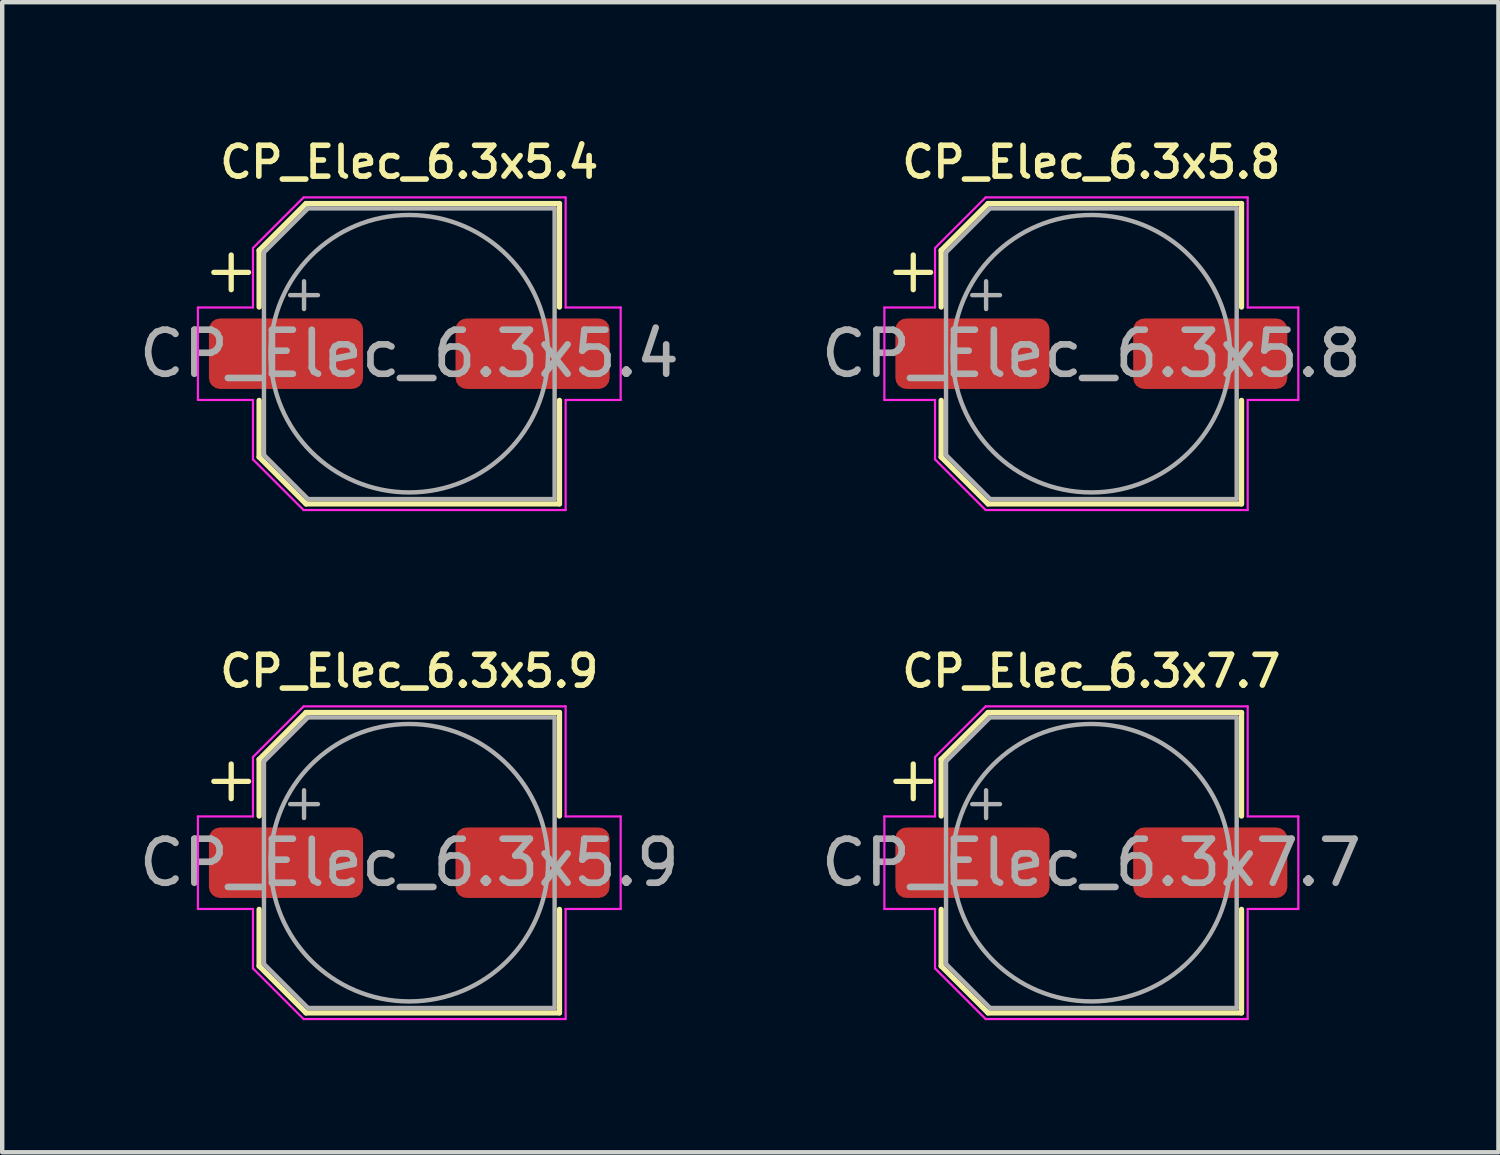
<source format=kicad_pcb>
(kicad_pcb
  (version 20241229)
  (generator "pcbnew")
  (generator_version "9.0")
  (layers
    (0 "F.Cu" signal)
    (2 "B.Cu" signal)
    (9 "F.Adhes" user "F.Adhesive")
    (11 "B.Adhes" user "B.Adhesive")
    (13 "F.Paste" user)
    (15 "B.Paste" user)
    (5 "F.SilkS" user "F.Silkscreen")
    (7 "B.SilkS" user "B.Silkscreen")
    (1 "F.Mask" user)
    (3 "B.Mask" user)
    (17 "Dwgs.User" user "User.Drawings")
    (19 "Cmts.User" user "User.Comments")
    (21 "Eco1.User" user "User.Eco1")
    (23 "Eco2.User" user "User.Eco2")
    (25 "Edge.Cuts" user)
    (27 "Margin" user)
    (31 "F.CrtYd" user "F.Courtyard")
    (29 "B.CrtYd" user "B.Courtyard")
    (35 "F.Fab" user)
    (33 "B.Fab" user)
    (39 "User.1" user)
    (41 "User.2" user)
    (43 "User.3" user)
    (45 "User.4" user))
  (footprint "CP_Elec_6.3x7.7"
    (layer "F.Cu")
    (at 21.732 16.54)
    (property "Reference" "CP_Elec_6.3x7.7" (at 0 -4.35 0) (layer "F.SilkS") (effects (font (size 0.7 0.7) (thickness 0.127))))
    (attr smd)
    (fp_line (start -4.438 -1.847) (end -3.65 -1.847) (stroke (width 0.12) (type solid)) (layer "F.SilkS"))
    (fp_line (start -4.044 -2.241) (end -4.044 -1.454) (stroke (width 0.12) (type solid)) (layer "F.SilkS"))
    (fp_line (start -3.41 -2.346) (end -3.41 -1.06) (stroke (width 0.12) (type solid)) (layer "F.SilkS"))
    (fp_line (start -3.41 -2.346) (end -2.346 -3.41) (stroke (width 0.12) (type solid)) (layer "F.SilkS"))
    (fp_line (start -3.41 2.346) (end -3.41 1.06) (stroke (width 0.12) (type solid)) (layer "F.SilkS"))
    (fp_line (start -3.41 2.346) (end -2.346 3.41) (stroke (width 0.12) (type solid)) (layer "F.SilkS"))
    (fp_line (start -2.346 -3.41) (end 3.41 -3.41) (stroke (width 0.12) (type solid)) (layer "F.SilkS"))
    (fp_line (start -2.346 3.41) (end 3.41 3.41) (stroke (width 0.12) (type solid)) (layer "F.SilkS"))
    (fp_line (start 3.41 -3.41) (end 3.41 -1.06) (stroke (width 0.12) (type solid)) (layer "F.SilkS"))
    (fp_line (start 3.41 3.41) (end 3.41 1.06) (stroke (width 0.12) (type solid)) (layer "F.SilkS"))
    (fp_line (start -4.7 -1.05) (end -4.7 1.05) (stroke (width 0.05) (type solid)) (layer "F.CrtYd"))
    (fp_line (start -4.7 1.05) (end -3.55 1.05) (stroke (width 0.05) (type solid)) (layer "F.CrtYd"))
    (fp_line (start -3.55 -2.4) (end -3.55 -1.05) (stroke (width 0.05) (type solid)) (layer "F.CrtYd"))
    (fp_line (start -3.55 -2.4) (end -2.4 -3.55) (stroke (width 0.05) (type solid)) (layer "F.CrtYd"))
    (fp_line (start -3.55 -1.05) (end -4.7 -1.05) (stroke (width 0.05) (type solid)) (layer "F.CrtYd"))
    (fp_line (start -3.55 1.05) (end -3.55 2.4) (stroke (width 0.05) (type solid)) (layer "F.CrtYd"))
    (fp_line (start -3.55 2.4) (end -2.4 3.55) (stroke (width 0.05) (type solid)) (layer "F.CrtYd"))
    (fp_line (start -2.4 -3.55) (end 3.55 -3.55) (stroke (width 0.05) (type solid)) (layer "F.CrtYd"))
    (fp_line (start -2.4 3.55) (end 3.55 3.55) (stroke (width 0.05) (type solid)) (layer "F.CrtYd"))
    (fp_line (start 3.55 -3.55) (end 3.55 -1.05) (stroke (width 0.05) (type solid)) (layer "F.CrtYd"))
    (fp_line (start 3.55 -1.05) (end 4.7 -1.05) (stroke (width 0.05) (type solid)) (layer "F.CrtYd"))
    (fp_line (start 3.55 1.05) (end 3.55 3.55) (stroke (width 0.05) (type solid)) (layer "F.CrtYd"))
    (fp_line (start 4.7 -1.05) (end 4.7 1.05) (stroke (width 0.05) (type solid)) (layer "F.CrtYd"))
    (fp_line (start 4.7 1.05) (end 3.55 1.05) (stroke (width 0.05) (type solid)) (layer "F.CrtYd"))
    (fp_line (start -3.3 -2.3) (end -3.3 2.3) (stroke (width 0.1) (type solid)) (layer "F.Fab"))
    (fp_line (start -3.3 -2.3) (end -2.3 -3.3) (stroke (width 0.1) (type solid)) (layer "F.Fab"))
    (fp_line (start -3.3 2.3) (end -2.3 3.3) (stroke (width 0.1) (type solid)) (layer "F.Fab"))
    (fp_line (start -2.705 -1.33) (end -2.075 -1.33) (stroke (width 0.1) (type solid)) (layer "F.Fab"))
    (fp_line (start -2.39 -1.645) (end -2.39 -1.015) (stroke (width 0.1) (type solid)) (layer "F.Fab"))
    (fp_line (start -2.3 -3.3) (end 3.3 -3.3) (stroke (width 0.1) (type solid)) (layer "F.Fab"))
    (fp_line (start -2.3 3.3) (end 3.3 3.3) (stroke (width 0.1) (type solid)) (layer "F.Fab"))
    (fp_line (start 3.3 -3.3) (end 3.3 3.3) (stroke (width 0.1) (type solid)) (layer "F.Fab"))
    (fp_circle (center 0 0) (end 3.15 0) (stroke (width 0.1) (type solid)) (fill no) (layer "F.Fab"))
    (fp_text user "${REFERENCE}" (at 0 0 0) (layer "F.Fab") (effects (font (size 1 1) (thickness 0.15))))
    (pad "1" smd roundrect (at -2.7 0) (size 3.5 1.6) (layers "F.Cu" "F.Mask" "F.Paste") (roundrect_rratio 0.156))
    (pad "2" smd roundrect (at 2.7 0) (size 3.5 1.6) (layers "F.Cu" "F.Mask" "F.Paste") (roundrect_rratio 0.156)))
  (footprint "CP_Elec_6.3x5.8"
    (layer "F.Cu")
    (at 21.732 4.982)
    (property "Reference" "CP_Elec_6.3x5.8" (at 0 -4.35 0) (layer "F.SilkS") (effects (font (size 0.7 0.7) (thickness 0.127))))
    (attr smd)
    (fp_line (start -4.438 -1.847) (end -3.65 -1.847) (stroke (width 0.12) (type solid)) (layer "F.SilkS"))
    (fp_line (start -4.044 -2.241) (end -4.044 -1.454) (stroke (width 0.12) (type solid)) (layer "F.SilkS"))
    (fp_line (start -3.41 -2.346) (end -3.41 -1.06) (stroke (width 0.12) (type solid)) (layer "F.SilkS"))
    (fp_line (start -3.41 -2.346) (end -2.346 -3.41) (stroke (width 0.12) (type solid)) (layer "F.SilkS"))
    (fp_line (start -3.41 2.346) (end -3.41 1.06) (stroke (width 0.12) (type solid)) (layer "F.SilkS"))
    (fp_line (start -3.41 2.346) (end -2.346 3.41) (stroke (width 0.12) (type solid)) (layer "F.SilkS"))
    (fp_line (start -2.346 -3.41) (end 3.41 -3.41) (stroke (width 0.12) (type solid)) (layer "F.SilkS"))
    (fp_line (start -2.346 3.41) (end 3.41 3.41) (stroke (width 0.12) (type solid)) (layer "F.SilkS"))
    (fp_line (start 3.41 -3.41) (end 3.41 -1.06) (stroke (width 0.12) (type solid)) (layer "F.SilkS"))
    (fp_line (start 3.41 3.41) (end 3.41 1.06) (stroke (width 0.12) (type solid)) (layer "F.SilkS"))
    (fp_line (start -4.7 -1.05) (end -4.7 1.05) (stroke (width 0.05) (type solid)) (layer "F.CrtYd"))
    (fp_line (start -4.7 1.05) (end -3.55 1.05) (stroke (width 0.05) (type solid)) (layer "F.CrtYd"))
    (fp_line (start -3.55 -2.4) (end -3.55 -1.05) (stroke (width 0.05) (type solid)) (layer "F.CrtYd"))
    (fp_line (start -3.55 -2.4) (end -2.4 -3.55) (stroke (width 0.05) (type solid)) (layer "F.CrtYd"))
    (fp_line (start -3.55 -1.05) (end -4.7 -1.05) (stroke (width 0.05) (type solid)) (layer "F.CrtYd"))
    (fp_line (start -3.55 1.05) (end -3.55 2.4) (stroke (width 0.05) (type solid)) (layer "F.CrtYd"))
    (fp_line (start -3.55 2.4) (end -2.4 3.55) (stroke (width 0.05) (type solid)) (layer "F.CrtYd"))
    (fp_line (start -2.4 -3.55) (end 3.55 -3.55) (stroke (width 0.05) (type solid)) (layer "F.CrtYd"))
    (fp_line (start -2.4 3.55) (end 3.55 3.55) (stroke (width 0.05) (type solid)) (layer "F.CrtYd"))
    (fp_line (start 3.55 -3.55) (end 3.55 -1.05) (stroke (width 0.05) (type solid)) (layer "F.CrtYd"))
    (fp_line (start 3.55 -1.05) (end 4.7 -1.05) (stroke (width 0.05) (type solid)) (layer "F.CrtYd"))
    (fp_line (start 3.55 1.05) (end 3.55 3.55) (stroke (width 0.05) (type solid)) (layer "F.CrtYd"))
    (fp_line (start 4.7 -1.05) (end 4.7 1.05) (stroke (width 0.05) (type solid)) (layer "F.CrtYd"))
    (fp_line (start 4.7 1.05) (end 3.55 1.05) (stroke (width 0.05) (type solid)) (layer "F.CrtYd"))
    (fp_line (start -3.3 -2.3) (end -3.3 2.3) (stroke (width 0.1) (type solid)) (layer "F.Fab"))
    (fp_line (start -3.3 -2.3) (end -2.3 -3.3) (stroke (width 0.1) (type solid)) (layer "F.Fab"))
    (fp_line (start -3.3 2.3) (end -2.3 3.3) (stroke (width 0.1) (type solid)) (layer "F.Fab"))
    (fp_line (start -2.705 -1.33) (end -2.075 -1.33) (stroke (width 0.1) (type solid)) (layer "F.Fab"))
    (fp_line (start -2.39 -1.645) (end -2.39 -1.015) (stroke (width 0.1) (type solid)) (layer "F.Fab"))
    (fp_line (start -2.3 -3.3) (end 3.3 -3.3) (stroke (width 0.1) (type solid)) (layer "F.Fab"))
    (fp_line (start -2.3 3.3) (end 3.3 3.3) (stroke (width 0.1) (type solid)) (layer "F.Fab"))
    (fp_line (start 3.3 -3.3) (end 3.3 3.3) (stroke (width 0.1) (type solid)) (layer "F.Fab"))
    (fp_circle (center 0 0) (end 3.15 0) (stroke (width 0.1) (type solid)) (fill no) (layer "F.Fab"))
    (fp_text user "${REFERENCE}" (at 0 0 0) (layer "F.Fab") (effects (font (size 1 1) (thickness 0.15))))
    (pad "1" smd roundrect (at -2.7 0) (size 3.5 1.6) (layers "F.Cu" "F.Mask" "F.Paste") (roundrect_rratio 0.156))
    (pad "2" smd roundrect (at 2.7 0) (size 3.5 1.6) (layers "F.Cu" "F.Mask" "F.Paste") (roundrect_rratio 0.156)))
  (footprint "CP_Elec_6.3x5.9"
    (layer "F.Cu")
    (at 6.244 16.54)
    (property "Reference" "CP_Elec_6.3x5.9" (at 0 -4.35 0) (layer "F.SilkS") (effects (font (size 0.7 0.7) (thickness 0.127))))
    (attr smd)
    (fp_line (start -4.438 -1.847) (end -3.65 -1.847) (stroke (width 0.12) (type solid)) (layer "F.SilkS"))
    (fp_line (start -4.044 -2.241) (end -4.044 -1.454) (stroke (width 0.12) (type solid)) (layer "F.SilkS"))
    (fp_line (start -3.41 -2.346) (end -3.41 -1.06) (stroke (width 0.12) (type solid)) (layer "F.SilkS"))
    (fp_line (start -3.41 -2.346) (end -2.346 -3.41) (stroke (width 0.12) (type solid)) (layer "F.SilkS"))
    (fp_line (start -3.41 2.346) (end -3.41 1.06) (stroke (width 0.12) (type solid)) (layer "F.SilkS"))
    (fp_line (start -3.41 2.346) (end -2.346 3.41) (stroke (width 0.12) (type solid)) (layer "F.SilkS"))
    (fp_line (start -2.346 -3.41) (end 3.41 -3.41) (stroke (width 0.12) (type solid)) (layer "F.SilkS"))
    (fp_line (start -2.346 3.41) (end 3.41 3.41) (stroke (width 0.12) (type solid)) (layer "F.SilkS"))
    (fp_line (start 3.41 -3.41) (end 3.41 -1.06) (stroke (width 0.12) (type solid)) (layer "F.SilkS"))
    (fp_line (start 3.41 3.41) (end 3.41 1.06) (stroke (width 0.12) (type solid)) (layer "F.SilkS"))
    (fp_line (start -4.8 -1.05) (end -4.8 1.05) (stroke (width 0.05) (type solid)) (layer "F.CrtYd"))
    (fp_line (start -4.8 1.05) (end -3.55 1.05) (stroke (width 0.05) (type solid)) (layer "F.CrtYd"))
    (fp_line (start -3.55 -2.4) (end -3.55 -1.05) (stroke (width 0.05) (type solid)) (layer "F.CrtYd"))
    (fp_line (start -3.55 -2.4) (end -2.4 -3.55) (stroke (width 0.05) (type solid)) (layer "F.CrtYd"))
    (fp_line (start -3.55 -1.05) (end -4.8 -1.05) (stroke (width 0.05) (type solid)) (layer "F.CrtYd"))
    (fp_line (start -3.55 1.05) (end -3.55 2.4) (stroke (width 0.05) (type solid)) (layer "F.CrtYd"))
    (fp_line (start -3.55 2.4) (end -2.4 3.55) (stroke (width 0.05) (type solid)) (layer "F.CrtYd"))
    (fp_line (start -2.4 -3.55) (end 3.55 -3.55) (stroke (width 0.05) (type solid)) (layer "F.CrtYd"))
    (fp_line (start -2.4 3.55) (end 3.55 3.55) (stroke (width 0.05) (type solid)) (layer "F.CrtYd"))
    (fp_line (start 3.55 -3.55) (end 3.55 -1.05) (stroke (width 0.05) (type solid)) (layer "F.CrtYd"))
    (fp_line (start 3.55 -1.05) (end 4.8 -1.05) (stroke (width 0.05) (type solid)) (layer "F.CrtYd"))
    (fp_line (start 3.55 1.05) (end 3.55 3.55) (stroke (width 0.05) (type solid)) (layer "F.CrtYd"))
    (fp_line (start 4.8 -1.05) (end 4.8 1.05) (stroke (width 0.05) (type solid)) (layer "F.CrtYd"))
    (fp_line (start 4.8 1.05) (end 3.55 1.05) (stroke (width 0.05) (type solid)) (layer "F.CrtYd"))
    (fp_line (start -3.3 -2.3) (end -3.3 2.3) (stroke (width 0.1) (type solid)) (layer "F.Fab"))
    (fp_line (start -3.3 -2.3) (end -2.3 -3.3) (stroke (width 0.1) (type solid)) (layer "F.Fab"))
    (fp_line (start -3.3 2.3) (end -2.3 3.3) (stroke (width 0.1) (type solid)) (layer "F.Fab"))
    (fp_line (start -2.705 -1.33) (end -2.075 -1.33) (stroke (width 0.1) (type solid)) (layer "F.Fab"))
    (fp_line (start -2.39 -1.645) (end -2.39 -1.015) (stroke (width 0.1) (type solid)) (layer "F.Fab"))
    (fp_line (start -2.3 -3.3) (end 3.3 -3.3) (stroke (width 0.1) (type solid)) (layer "F.Fab"))
    (fp_line (start -2.3 3.3) (end 3.3 3.3) (stroke (width 0.1) (type solid)) (layer "F.Fab"))
    (fp_line (start 3.3 -3.3) (end 3.3 3.3) (stroke (width 0.1) (type solid)) (layer "F.Fab"))
    (fp_circle (center 0 0) (end 3.15 0) (stroke (width 0.1) (type solid)) (fill no) (layer "F.Fab"))
    (fp_text user "${REFERENCE}" (at 0 0 0) (layer "F.Fab") (effects (font (size 1 1) (thickness 0.15))))
    (pad "1" smd roundrect (at -2.8 0) (size 3.5 1.6) (layers "F.Cu" "F.Mask" "F.Paste") (roundrect_rratio 0.156))
    (pad "2" smd roundrect (at 2.8 0) (size 3.5 1.6) (layers "F.Cu" "F.Mask" "F.Paste") (roundrect_rratio 0.156)))
  (footprint "CP_Elec_6.3x5.4"
    (layer "F.Cu")
    (at 6.244 4.982)
    (property "Reference" "CP_Elec_6.3x5.4" (at 0 -4.35 0) (layer "F.SilkS") (effects (font (size 0.7 0.7) (thickness 0.127))))
    (attr smd)
    (fp_line (start -4.438 -1.847) (end -3.65 -1.847) (stroke (width 0.12) (type solid)) (layer "F.SilkS"))
    (fp_line (start -4.044 -2.241) (end -4.044 -1.454) (stroke (width 0.12) (type solid)) (layer "F.SilkS"))
    (fp_line (start -3.41 -2.346) (end -3.41 -1.06) (stroke (width 0.12) (type solid)) (layer "F.SilkS"))
    (fp_line (start -3.41 -2.346) (end -2.346 -3.41) (stroke (width 0.12) (type solid)) (layer "F.SilkS"))
    (fp_line (start -3.41 2.346) (end -3.41 1.06) (stroke (width 0.12) (type solid)) (layer "F.SilkS"))
    (fp_line (start -3.41 2.346) (end -2.346 3.41) (stroke (width 0.12) (type solid)) (layer "F.SilkS"))
    (fp_line (start -2.346 -3.41) (end 3.41 -3.41) (stroke (width 0.12) (type solid)) (layer "F.SilkS"))
    (fp_line (start -2.346 3.41) (end 3.41 3.41) (stroke (width 0.12) (type solid)) (layer "F.SilkS"))
    (fp_line (start 3.41 -3.41) (end 3.41 -1.06) (stroke (width 0.12) (type solid)) (layer "F.SilkS"))
    (fp_line (start 3.41 3.41) (end 3.41 1.06) (stroke (width 0.12) (type solid)) (layer "F.SilkS"))
    (fp_line (start -4.8 -1.05) (end -4.8 1.05) (stroke (width 0.05) (type solid)) (layer "F.CrtYd"))
    (fp_line (start -4.8 1.05) (end -3.55 1.05) (stroke (width 0.05) (type solid)) (layer "F.CrtYd"))
    (fp_line (start -3.55 -2.4) (end -3.55 -1.05) (stroke (width 0.05) (type solid)) (layer "F.CrtYd"))
    (fp_line (start -3.55 -2.4) (end -2.4 -3.55) (stroke (width 0.05) (type solid)) (layer "F.CrtYd"))
    (fp_line (start -3.55 -1.05) (end -4.8 -1.05) (stroke (width 0.05) (type solid)) (layer "F.CrtYd"))
    (fp_line (start -3.55 1.05) (end -3.55 2.4) (stroke (width 0.05) (type solid)) (layer "F.CrtYd"))
    (fp_line (start -3.55 2.4) (end -2.4 3.55) (stroke (width 0.05) (type solid)) (layer "F.CrtYd"))
    (fp_line (start -2.4 -3.55) (end 3.55 -3.55) (stroke (width 0.05) (type solid)) (layer "F.CrtYd"))
    (fp_line (start -2.4 3.55) (end 3.55 3.55) (stroke (width 0.05) (type solid)) (layer "F.CrtYd"))
    (fp_line (start 3.55 -3.55) (end 3.55 -1.05) (stroke (width 0.05) (type solid)) (layer "F.CrtYd"))
    (fp_line (start 3.55 -1.05) (end 4.8 -1.05) (stroke (width 0.05) (type solid)) (layer "F.CrtYd"))
    (fp_line (start 3.55 1.05) (end 3.55 3.55) (stroke (width 0.05) (type solid)) (layer "F.CrtYd"))
    (fp_line (start 4.8 -1.05) (end 4.8 1.05) (stroke (width 0.05) (type solid)) (layer "F.CrtYd"))
    (fp_line (start 4.8 1.05) (end 3.55 1.05) (stroke (width 0.05) (type solid)) (layer "F.CrtYd"))
    (fp_line (start -3.3 -2.3) (end -3.3 2.3) (stroke (width 0.1) (type solid)) (layer "F.Fab"))
    (fp_line (start -3.3 -2.3) (end -2.3 -3.3) (stroke (width 0.1) (type solid)) (layer "F.Fab"))
    (fp_line (start -3.3 2.3) (end -2.3 3.3) (stroke (width 0.1) (type solid)) (layer "F.Fab"))
    (fp_line (start -2.705 -1.33) (end -2.075 -1.33) (stroke (width 0.1) (type solid)) (layer "F.Fab"))
    (fp_line (start -2.39 -1.645) (end -2.39 -1.015) (stroke (width 0.1) (type solid)) (layer "F.Fab"))
    (fp_line (start -2.3 -3.3) (end 3.3 -3.3) (stroke (width 0.1) (type solid)) (layer "F.Fab"))
    (fp_line (start -2.3 3.3) (end 3.3 3.3) (stroke (width 0.1) (type solid)) (layer "F.Fab"))
    (fp_line (start 3.3 -3.3) (end 3.3 3.3) (stroke (width 0.1) (type solid)) (layer "F.Fab"))
    (fp_circle (center 0 0) (end 3.15 0) (stroke (width 0.1) (type solid)) (fill no) (layer "F.Fab"))
    (fp_text user "${REFERENCE}" (at 0 0 0) (layer "F.Fab") (effects (font (size 1 1) (thickness 0.15))))
    (pad "1" smd roundrect (at -2.8 0) (size 3.5 1.6) (layers "F.Cu" "F.Mask" "F.Paste") (roundrect_rratio 0.156))
    (pad "2" smd roundrect (at 2.8 0) (size 3.5 1.6) (layers "F.Cu" "F.Mask" "F.Paste") (roundrect_rratio 0.156)))
  (gr_rect
    (start -3 -3)
    (end 30.976 23.115)
    (stroke (width 0.1) (type default))
    (fill no)
    (layer "Edge.Cuts")))
</source>
